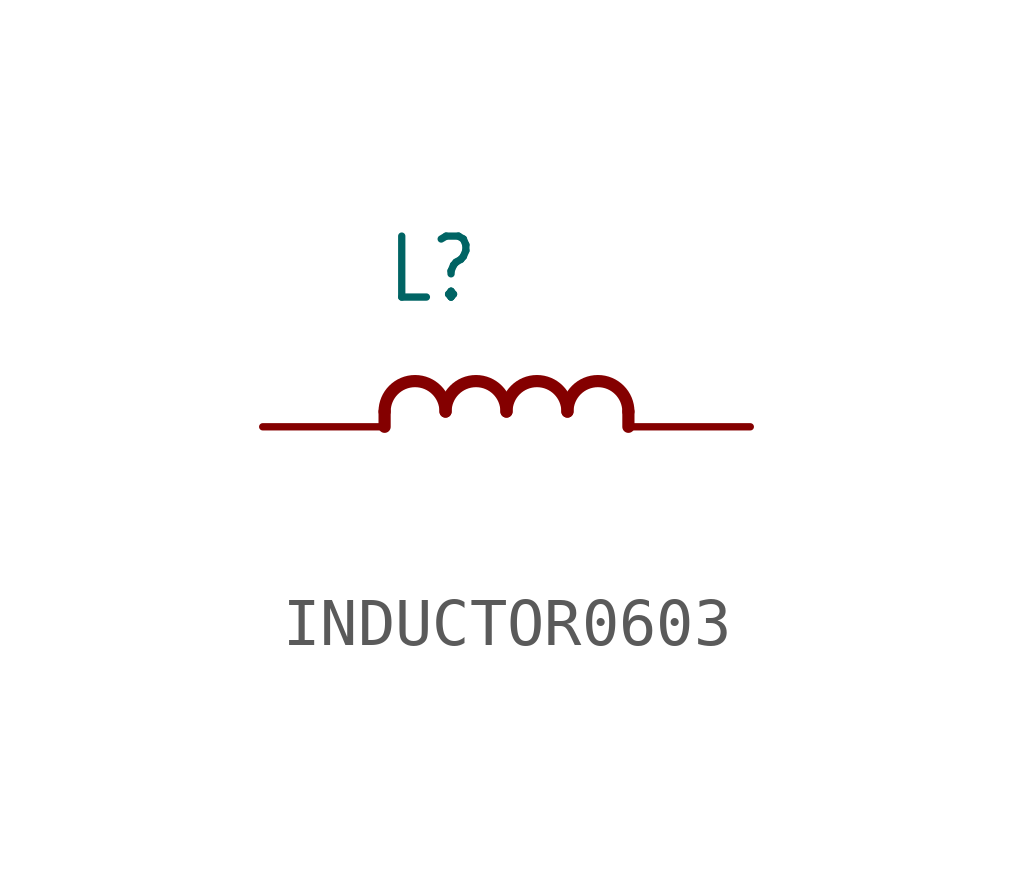
<source format=kicad_sym>
(kicad_symbol_lib
  (version 20220914)
  (generator kicad_symbol_editor)
  (symbol "INDUCTOR0603"
    (property "Reference" "L"
      (at -2.54 2.54 0)
      (effects (font (size 1.27 1.079)) (justify left bottom)))
    (property "Value" ""
      (at -2.54 -2.54 0)
      (effects (font (size 1.27 1.079)) (justify left bottom)))
    (property "ki_locked" ""
      (at 0 0 0)
      (effects (font (size 1.27 1.27))))
    (symbol "INDUCTOR0603_1_0"
      (arc (start -1.27 0.3173) (mid -1.9049 0.9524) (end -2.54 0.3175) (stroke (width 0.254) (type solid)) (fill (type none)))
      (polyline (pts (xy -2.54 0.318) (xy -2.54 0)) (stroke (width 0.254) (type solid)) (fill (type none)))
      (polyline (pts (xy 2.54 0.318) (xy 2.54 0)) (stroke (width 0.254) (type solid)) (fill (type none)))
      (arc (start 0 0.3173) (mid -0.6349 0.9524) (end -1.27 0.3175) (stroke (width 0.254) (type solid)) (fill (type none)))
      (arc (start 1.27 0.3173) (mid 0.6351 0.9524) (end 0 0.3175) (stroke (width 0.254) (type solid)) (fill (type none)))
      (arc (start 2.54 0.3173) (mid 1.9051 0.9524) (end 1.27 0.3175) (stroke (width 0.254) (type solid)) (fill (type none)))
      (pin passive line (at -5.08 0 0) (length 2.54) (name "1" (effects (font (size 0 0)))) (number "1" (effects (font (size 0 0)))))
      (pin passive line (at 5.08 0 180) (length 2.54) (name "2" (effects (font (size 0 0)))) (number "2" (effects (font (size 0 0))))))))
</source>
